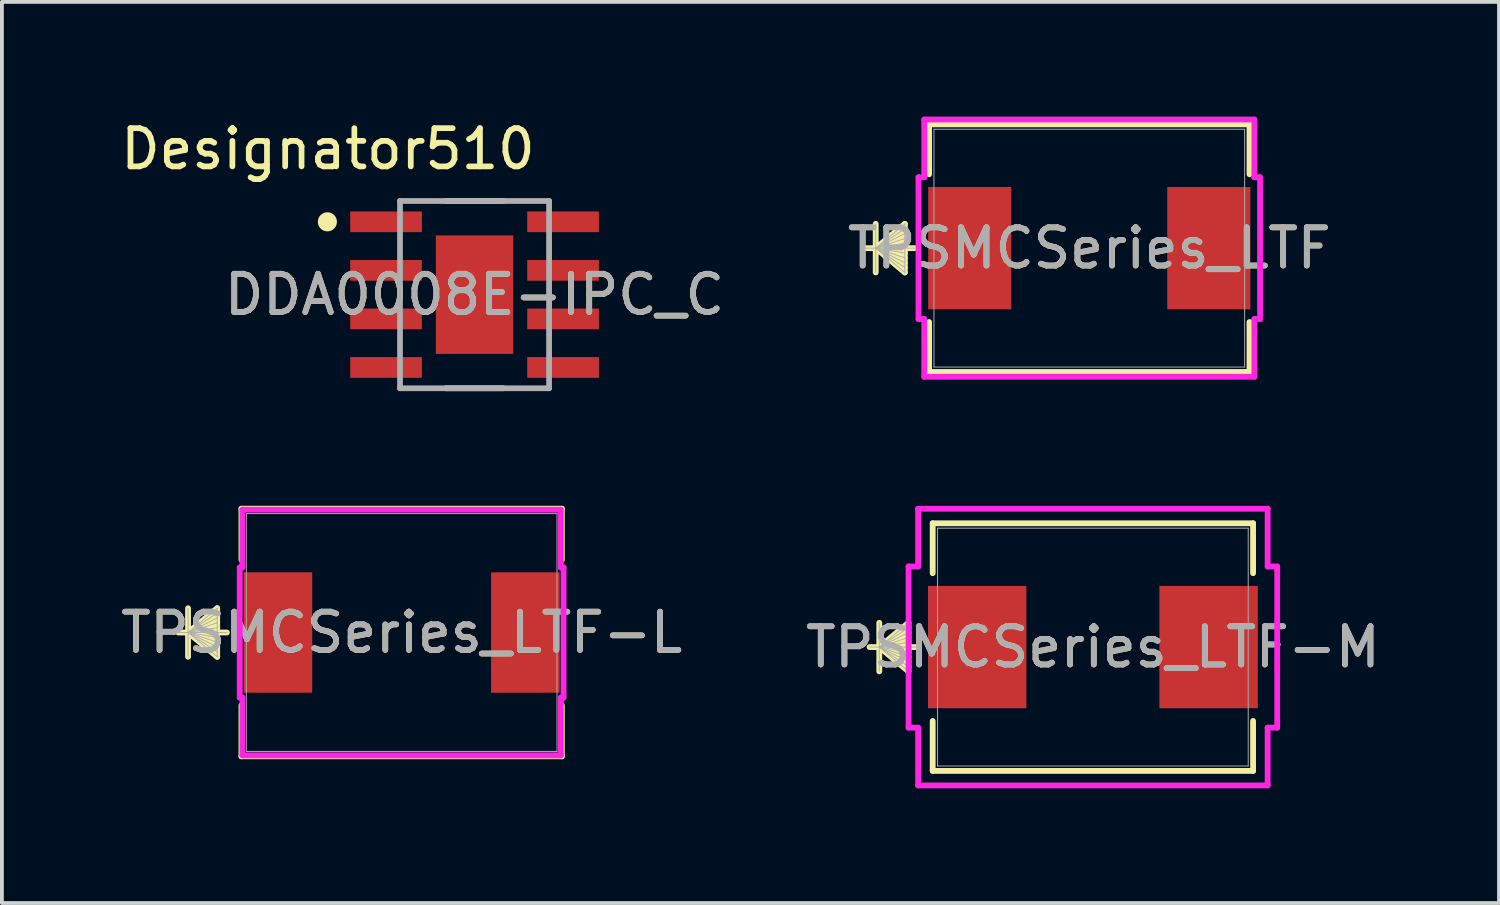
<source format=kicad_pcb>
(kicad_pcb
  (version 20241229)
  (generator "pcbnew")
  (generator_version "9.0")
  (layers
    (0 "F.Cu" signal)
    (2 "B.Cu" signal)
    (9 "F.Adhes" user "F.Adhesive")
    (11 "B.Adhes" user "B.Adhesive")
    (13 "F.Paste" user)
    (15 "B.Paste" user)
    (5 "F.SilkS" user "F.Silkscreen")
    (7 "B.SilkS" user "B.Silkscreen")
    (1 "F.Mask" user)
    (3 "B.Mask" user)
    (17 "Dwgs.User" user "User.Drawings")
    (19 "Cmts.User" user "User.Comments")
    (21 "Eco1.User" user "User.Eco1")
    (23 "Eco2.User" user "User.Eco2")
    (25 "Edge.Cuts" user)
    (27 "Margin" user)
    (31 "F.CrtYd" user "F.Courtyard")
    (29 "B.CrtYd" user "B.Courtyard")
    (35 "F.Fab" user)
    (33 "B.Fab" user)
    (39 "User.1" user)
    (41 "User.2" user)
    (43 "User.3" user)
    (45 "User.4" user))
  (footprint "TPSMCSeries_LTF-M"
    (layer "F.Cu")
    (at 25.542 13.879)
    (property "Reference" "TPSMCSeries_LTF-M" (at 0 0 0) (unlocked yes) (layer "F.SilkS") (effects (font (size 1 1) (thickness 0.15))))
    (attr smd)
    (fp_line (start -5.588 -0.635) (end -5.588 0.635) (stroke (width 0.152) (type solid)) (layer "F.SilkS"))
    (fp_line (start -5.588 0) (end -4.826 -0.635) (stroke (width 0.152) (type solid)) (layer "F.SilkS"))
    (fp_line (start -5.588 0) (end -4.826 -0.508) (stroke (width 0.152) (type solid)) (layer "F.SilkS"))
    (fp_line (start -5.588 0) (end -4.826 -0.381) (stroke (width 0.152) (type solid)) (layer "F.SilkS"))
    (fp_line (start -5.588 0) (end -4.826 -0.254) (stroke (width 0.152) (type solid)) (layer "F.SilkS"))
    (fp_line (start -5.588 0) (end -4.826 -0.127) (stroke (width 0.152) (type solid)) (layer "F.SilkS"))
    (fp_line (start -5.588 0) (end -4.826 0.127) (stroke (width 0.152) (type solid)) (layer "F.SilkS"))
    (fp_line (start -5.588 0) (end -4.826 0.254) (stroke (width 0.152) (type solid)) (layer "F.SilkS"))
    (fp_line (start -5.588 0) (end -4.826 0.381) (stroke (width 0.152) (type solid)) (layer "F.SilkS"))
    (fp_line (start -5.588 0) (end -4.826 0.508) (stroke (width 0.152) (type solid)) (layer "F.SilkS"))
    (fp_line (start -5.588 0) (end -4.826 0.635) (stroke (width 0.152) (type solid)) (layer "F.SilkS"))
    (fp_line (start -4.826 -0.635) (end -4.826 0.635) (stroke (width 0.152) (type solid)) (layer "F.SilkS"))
    (fp_line (start -4.647 0) (end -5.842 0) (stroke (width 0.152) (type solid)) (layer "F.SilkS"))
    (fp_line (start -4.191 -3.239) (end -4.191 -1.933) (stroke (width 0.152) (type solid)) (layer "F.SilkS"))
    (fp_line (start -4.191 1.933) (end -4.191 3.239) (stroke (width 0.152) (type solid)) (layer "F.SilkS"))
    (fp_line (start -4.191 3.239) (end 4.191 3.239) (stroke (width 0.152) (type solid)) (layer "F.SilkS"))
    (fp_line (start 4.191 -3.239) (end -4.191 -3.239) (stroke (width 0.152) (type solid)) (layer "F.SilkS"))
    (fp_line (start 4.191 -1.933) (end 4.191 -3.239) (stroke (width 0.152) (type solid)) (layer "F.SilkS"))
    (fp_line (start 4.191 3.239) (end 4.191 1.933) (stroke (width 0.152) (type solid)) (layer "F.SilkS"))
    (fp_line (start -4.822 -2.108) (end -4.572 -2.108) (stroke (width 0.152) (type solid)) (layer "F.CrtYd"))
    (fp_line (start -4.822 2.108) (end -4.822 -2.108) (stroke (width 0.152) (type solid)) (layer "F.CrtYd"))
    (fp_line (start -4.572 -3.619) (end 4.572 -3.619) (stroke (width 0.152) (type solid)) (layer "F.CrtYd"))
    (fp_line (start -4.572 -2.108) (end -4.572 -3.619) (stroke (width 0.152) (type solid)) (layer "F.CrtYd"))
    (fp_line (start -4.572 2.108) (end -4.822 2.108) (stroke (width 0.152) (type solid)) (layer "F.CrtYd"))
    (fp_line (start -4.572 3.619) (end -4.572 2.108) (stroke (width 0.152) (type solid)) (layer "F.CrtYd"))
    (fp_line (start 4.572 -3.619) (end 4.572 -2.108) (stroke (width 0.152) (type solid)) (layer "F.CrtYd"))
    (fp_line (start 4.572 -2.108) (end 4.822 -2.108) (stroke (width 0.152) (type solid)) (layer "F.CrtYd"))
    (fp_line (start 4.572 2.108) (end 4.572 3.619) (stroke (width 0.152) (type solid)) (layer "F.CrtYd"))
    (fp_line (start 4.572 3.619) (end -4.572 3.619) (stroke (width 0.152) (type solid)) (layer "F.CrtYd"))
    (fp_line (start 4.822 -2.108) (end 4.822 2.108) (stroke (width 0.152) (type solid)) (layer "F.CrtYd"))
    (fp_line (start 4.822 2.108) (end 4.572 2.108) (stroke (width 0.152) (type solid)) (layer "F.CrtYd"))
    (fp_line (start -5.588 -0.635) (end -5.588 0.635) (stroke (width 0.025) (type solid)) (layer "F.Fab"))
    (fp_line (start -5.588 0) (end -4.826 -0.635) (stroke (width 0.025) (type solid)) (layer "F.Fab"))
    (fp_line (start -5.588 0) (end -4.826 -0.508) (stroke (width 0.025) (type solid)) (layer "F.Fab"))
    (fp_line (start -5.588 0) (end -4.826 -0.381) (stroke (width 0.025) (type solid)) (layer "F.Fab"))
    (fp_line (start -5.588 0) (end -4.826 -0.254) (stroke (width 0.025) (type solid)) (layer "F.Fab"))
    (fp_line (start -5.588 0) (end -4.826 -0.127) (stroke (width 0.025) (type solid)) (layer "F.Fab"))
    (fp_line (start -5.588 0) (end -4.826 0.127) (stroke (width 0.025) (type solid)) (layer "F.Fab"))
    (fp_line (start -5.588 0) (end -4.826 0.254) (stroke (width 0.025) (type solid)) (layer "F.Fab"))
    (fp_line (start -5.588 0) (end -4.826 0.381) (stroke (width 0.025) (type solid)) (layer "F.Fab"))
    (fp_line (start -5.588 0) (end -4.826 0.508) (stroke (width 0.025) (type solid)) (layer "F.Fab"))
    (fp_line (start -5.588 0) (end -4.826 0.635) (stroke (width 0.025) (type solid)) (layer "F.Fab"))
    (fp_line (start -4.826 -0.635) (end -4.826 0.635) (stroke (width 0.025) (type solid)) (layer "F.Fab"))
    (fp_line (start -4.572 0) (end -5.842 0) (stroke (width 0.025) (type solid)) (layer "F.Fab"))
    (fp_line (start -4.064 -3.111) (end -4.064 3.111) (stroke (width 0.025) (type solid)) (layer "F.Fab"))
    (fp_line (start -4.064 3.111) (end 4.064 3.111) (stroke (width 0.025) (type solid)) (layer "F.Fab"))
    (fp_line (start 4.064 -3.111) (end -4.064 -3.111) (stroke (width 0.025) (type solid)) (layer "F.Fab"))
    (fp_line (start 4.064 3.111) (end 4.064 -3.111) (stroke (width 0.025) (type solid)) (layer "F.Fab"))
    (fp_text user "${REFERENCE}" (at 0 0 0) (unlocked yes) (layer "F.Fab") (effects (font (size 1 1) (thickness 0.15))))
    (pad "1" smd rect (at -3.027 0 90) (size 3.2 2.574) (layers "F.Cu" "F.Mask" "F.Paste"))
    (pad "2" smd rect (at 3.027 0 90) (size 3.2 2.574) (layers "F.Cu" "F.Mask" "F.Paste"))
    (zone (net_name "") (layer "F.Cu") (hatch full 0.508) (connect_pads) (min_thickness 0.254) (filled_areas_thickness no) (keepout (tracks not_allowed) (vias not_allowed) (pads allowed) (copperpour not_allowed) (footprints allowed)) (placement (enabled no)) (fill) (polygon (pts (xy 21.528 10.818) (xy 29.555 10.818) (xy 29.555 12.228) (xy 21.528 12.228))))
    (zone (net_name "") (layer "F.Cu") (hatch full 0.508) (connect_pads) (min_thickness 0.254) (filled_areas_thickness no) (keepout (tracks not_allowed) (vias not_allowed) (pads allowed) (copperpour not_allowed) (footprints allowed)) (placement (enabled no)) (fill) (polygon (pts (xy 21.528 15.53) (xy 29.555 15.53) (xy 29.555 16.94) (xy 21.528 16.94))))
    (zone (net_name "") (layer "F.Cu") (hatch full 0.508) (connect_pads) (min_thickness 0.254) (filled_areas_thickness no) (keepout (tracks not_allowed) (vias not_allowed) (pads allowed) (copperpour not_allowed) (footprints allowed)) (placement (enabled no)) (fill) (polygon (pts (xy 23.852 12.228) (xy 27.231 12.228) (xy 27.231 15.53) (xy 23.852 15.53)))))
  (footprint "DDA0008E-IPC_C"
    (layer "F.Cu")
    (at 9.365 4.658)
    (property "Reference" "DDA0008E-IPC_C" (at 0 0 0) (unlocked yes) (layer "F.SilkS") (effects (font (size 1 1) (thickness 0.15))))
    (attr smd)
    (fp_line (start -0.75 -2.45) (end 0.75 -2.45) (stroke (width 0.15) (type solid)) (layer "F.SilkS"))
    (fp_line (start -0.75 2.45) (end 0.75 2.45) (stroke (width 0.15) (type solid)) (layer "F.SilkS"))
    (fp_circle (center -3.85 -1.905) (end -3.725 -1.905) (stroke (width 0.25) (type solid)) (fill no) (layer "F.SilkS"))
    (fp_poly (pts (xy -0.568 1.105) (xy 0.568 1.105) (xy 0.568 -1.105) (xy -0.568 -1.105)) (stroke (width 0) (type solid)) (fill yes) (layer "F.Paste"))
    (fp_line (start -1.95 -2.45) (end 1.95 -2.45) (stroke (width 0.15) (type solid)) (layer "F.Fab"))
    (fp_line (start -1.95 2.45) (end -1.95 -2.45) (stroke (width 0.15) (type solid)) (layer "F.Fab"))
    (fp_line (start -1.95 2.45) (end 1.95 2.45) (stroke (width 0.15) (type solid)) (layer "F.Fab"))
    (fp_line (start 1.95 2.45) (end 1.95 -2.45) (stroke (width 0.15) (type solid)) (layer "F.Fab"))
    (fp_text user "Designator510" (at -3.835 -3.81 0) (unlocked yes) (layer "F.SilkS") (effects (font (size 1 1) (thickness 0.15))))
    (fp_text user "${REFERENCE}" (at 0 0 0) (unlocked yes) (layer "F.Fab") (effects (font (size 1 1) (thickness 0.15))))
    (pad "1" smd rect (at -2.316 -1.905) (size 1.874 0.542) (layers "F.Cu" "F.Mask" "F.Paste"))
    (pad "2" smd rect (at -2.316 -0.635) (size 1.874 0.542) (layers "F.Cu" "F.Mask" "F.Paste"))
    (pad "3" smd rect (at -2.316 0.635) (size 1.874 0.542) (layers "F.Cu" "F.Mask" "F.Paste"))
    (pad "4" smd rect (at -2.316 1.905) (size 1.874 0.542) (layers "F.Cu" "F.Mask" "F.Paste"))
    (pad "5" smd rect (at 2.316 1.905) (size 1.874 0.542) (layers "F.Cu" "F.Mask" "F.Paste"))
    (pad "6" smd rect (at 2.316 0.635) (size 1.874 0.542) (layers "F.Cu" "F.Mask" "F.Paste"))
    (pad "7" smd rect (at 2.316 -0.635) (size 1.874 0.542) (layers "F.Cu" "F.Mask" "F.Paste"))
    (pad "8" smd rect (at 2.316 -1.905) (size 1.874 0.542) (layers "F.Cu" "F.Mask" "F.Paste"))
    (pad "9" smd rect (at 0 0) (size 2.025 3.1) (layers "F.Cu" "F.Mask")))
  (footprint "TPSMCSeries_LTF-L"
    (layer "F.Cu")
    (at 7.458 13.498)
    (property "Reference" "TPSMCSeries_LTF-L" (at 0 0 0) (unlocked yes) (layer "F.SilkS") (effects (font (size 1 1) (thickness 0.15))))
    (attr smd)
    (fp_line (start -5.588 -0.635) (end -5.588 0.635) (stroke (width 0.152) (type solid)) (layer "F.SilkS"))
    (fp_line (start -5.588 0) (end -4.826 -0.635) (stroke (width 0.152) (type solid)) (layer "F.SilkS"))
    (fp_line (start -5.588 0) (end -4.826 -0.508) (stroke (width 0.152) (type solid)) (layer "F.SilkS"))
    (fp_line (start -5.588 0) (end -4.826 -0.381) (stroke (width 0.152) (type solid)) (layer "F.SilkS"))
    (fp_line (start -5.588 0) (end -4.826 -0.254) (stroke (width 0.152) (type solid)) (layer "F.SilkS"))
    (fp_line (start -5.588 0) (end -4.826 -0.127) (stroke (width 0.152) (type solid)) (layer "F.SilkS"))
    (fp_line (start -5.588 0) (end -4.826 0.127) (stroke (width 0.152) (type solid)) (layer "F.SilkS"))
    (fp_line (start -5.588 0) (end -4.826 0.254) (stroke (width 0.152) (type solid)) (layer "F.SilkS"))
    (fp_line (start -5.588 0) (end -4.826 0.381) (stroke (width 0.152) (type solid)) (layer "F.SilkS"))
    (fp_line (start -5.588 0) (end -4.826 0.508) (stroke (width 0.152) (type solid)) (layer "F.SilkS"))
    (fp_line (start -5.588 0) (end -4.826 0.635) (stroke (width 0.152) (type solid)) (layer "F.SilkS"))
    (fp_line (start -4.826 -0.635) (end -4.826 0.635) (stroke (width 0.152) (type solid)) (layer "F.SilkS"))
    (fp_line (start -4.572 0) (end -5.842 0) (stroke (width 0.152) (type solid)) (layer "F.SilkS"))
    (fp_line (start -4.191 -3.239) (end -4.191 -1.903) (stroke (width 0.152) (type solid)) (layer "F.SilkS"))
    (fp_line (start -4.191 1.903) (end -4.191 3.239) (stroke (width 0.152) (type solid)) (layer "F.SilkS"))
    (fp_line (start -4.191 3.239) (end 4.191 3.239) (stroke (width 0.152) (type solid)) (layer "F.SilkS"))
    (fp_line (start 4.191 -3.239) (end -4.191 -3.239) (stroke (width 0.152) (type solid)) (layer "F.SilkS"))
    (fp_line (start 4.191 -1.903) (end 4.191 -3.239) (stroke (width 0.152) (type solid)) (layer "F.SilkS"))
    (fp_line (start 4.191 3.239) (end 4.191 1.903) (stroke (width 0.152) (type solid)) (layer "F.SilkS"))
    (fp_line (start -4.236 -1.702) (end -4.166 -1.702) (stroke (width 0.152) (type solid)) (layer "F.CrtYd"))
    (fp_line (start -4.236 1.702) (end -4.236 -1.702) (stroke (width 0.152) (type solid)) (layer "F.CrtYd"))
    (fp_line (start -4.166 -3.213) (end 4.166 -3.213) (stroke (width 0.152) (type solid)) (layer "F.CrtYd"))
    (fp_line (start -4.166 -1.702) (end -4.166 -3.213) (stroke (width 0.152) (type solid)) (layer "F.CrtYd"))
    (fp_line (start -4.166 1.702) (end -4.236 1.702) (stroke (width 0.152) (type solid)) (layer "F.CrtYd"))
    (fp_line (start -4.166 3.213) (end -4.166 1.702) (stroke (width 0.152) (type solid)) (layer "F.CrtYd"))
    (fp_line (start 4.166 -3.213) (end 4.166 -1.702) (stroke (width 0.152) (type solid)) (layer "F.CrtYd"))
    (fp_line (start 4.166 -1.702) (end 4.236 -1.702) (stroke (width 0.152) (type solid)) (layer "F.CrtYd"))
    (fp_line (start 4.166 1.702) (end 4.166 3.213) (stroke (width 0.152) (type solid)) (layer "F.CrtYd"))
    (fp_line (start 4.166 3.213) (end -4.166 3.213) (stroke (width 0.152) (type solid)) (layer "F.CrtYd"))
    (fp_line (start 4.236 -1.702) (end 4.236 1.702) (stroke (width 0.152) (type solid)) (layer "F.CrtYd"))
    (fp_line (start 4.236 1.702) (end 4.166 1.702) (stroke (width 0.152) (type solid)) (layer "F.CrtYd"))
    (fp_line (start -5.588 -0.635) (end -5.588 0.635) (stroke (width 0.025) (type solid)) (layer "F.Fab"))
    (fp_line (start -5.588 0) (end -4.826 -0.635) (stroke (width 0.025) (type solid)) (layer "F.Fab"))
    (fp_line (start -5.588 0) (end -4.826 -0.508) (stroke (width 0.025) (type solid)) (layer "F.Fab"))
    (fp_line (start -5.588 0) (end -4.826 -0.381) (stroke (width 0.025) (type solid)) (layer "F.Fab"))
    (fp_line (start -5.588 0) (end -4.826 -0.254) (stroke (width 0.025) (type solid)) (layer "F.Fab"))
    (fp_line (start -5.588 0) (end -4.826 -0.127) (stroke (width 0.025) (type solid)) (layer "F.Fab"))
    (fp_line (start -5.588 0) (end -4.826 0.127) (stroke (width 0.025) (type solid)) (layer "F.Fab"))
    (fp_line (start -5.588 0) (end -4.826 0.254) (stroke (width 0.025) (type solid)) (layer "F.Fab"))
    (fp_line (start -5.588 0) (end -4.826 0.381) (stroke (width 0.025) (type solid)) (layer "F.Fab"))
    (fp_line (start -5.588 0) (end -4.826 0.508) (stroke (width 0.025) (type solid)) (layer "F.Fab"))
    (fp_line (start -5.588 0) (end -4.826 0.635) (stroke (width 0.025) (type solid)) (layer "F.Fab"))
    (fp_line (start -4.826 -0.635) (end -4.826 0.635) (stroke (width 0.025) (type solid)) (layer "F.Fab"))
    (fp_line (start -4.572 0) (end -5.842 0) (stroke (width 0.025) (type solid)) (layer "F.Fab"))
    (fp_line (start -4.064 -3.111) (end -4.064 3.111) (stroke (width 0.025) (type solid)) (layer "F.Fab"))
    (fp_line (start -4.064 3.111) (end 4.064 3.111) (stroke (width 0.025) (type solid)) (layer "F.Fab"))
    (fp_line (start 4.064 -3.111) (end -4.064 -3.111) (stroke (width 0.025) (type solid)) (layer "F.Fab"))
    (fp_line (start 4.064 3.111) (end 4.064 -3.111) (stroke (width 0.025) (type solid)) (layer "F.Fab"))
    (fp_text user "${REFERENCE}" (at 0 0 0) (unlocked yes) (layer "F.Fab") (effects (font (size 1 1) (thickness 0.15))))
    (pad "1" smd rect (at -3.237 0 90) (size 3.15 1.794) (layers "F.Cu" "F.Mask" "F.Paste"))
    (pad "2" smd rect (at 3.237 0 90) (size 3.15 1.794) (layers "F.Cu" "F.Mask" "F.Paste"))
    (zone (net_name "") (layer "F.Cu") (hatch full 0.508) (connect_pads) (min_thickness 0.254) (filled_areas_thickness no) (keepout (tracks not_allowed) (vias not_allowed) (pads allowed) (copperpour not_allowed) (footprints allowed)) (placement (enabled no)) (fill) (polygon (pts (xy 3.445 10.437) (xy 11.472 10.437) (xy 11.472 11.847) (xy 3.445 11.847))))
    (zone (net_name "") (layer "F.Cu") (hatch full 0.508) (connect_pads) (min_thickness 0.254) (filled_areas_thickness no) (keepout (tracks not_allowed) (vias not_allowed) (pads allowed) (copperpour not_allowed) (footprints allowed)) (placement (enabled no)) (fill) (polygon (pts (xy 3.445 15.149) (xy 11.472 15.149) (xy 11.472 16.559) (xy 3.445 16.559))))
    (zone (net_name "") (layer "F.Cu") (hatch full 0.508) (connect_pads) (min_thickness 0.254) (filled_areas_thickness no) (keepout (tracks not_allowed) (vias not_allowed) (pads allowed) (copperpour not_allowed) (footprints allowed)) (placement (enabled no)) (fill) (polygon (pts (xy 5.169 11.847) (xy 9.748 11.847) (xy 9.748 15.149) (xy 5.169 15.149)))))
  (footprint "TPSMCSeries_LTF"
    (layer "F.Cu")
    (at 25.448 3.442)
    (property "Reference" "TPSMCSeries_LTF" (at 0 0 0) (unlocked yes) (layer "F.SilkS") (effects (font (size 1 1) (thickness 0.15))))
    (attr smd)
    (fp_line (start -5.588 -0.635) (end -5.588 0.635) (stroke (width 0.152) (type solid)) (layer "F.SilkS"))
    (fp_line (start -5.588 0) (end -4.826 -0.635) (stroke (width 0.152) (type solid)) (layer "F.SilkS"))
    (fp_line (start -5.588 0) (end -4.826 -0.508) (stroke (width 0.152) (type solid)) (layer "F.SilkS"))
    (fp_line (start -5.588 0) (end -4.826 -0.381) (stroke (width 0.152) (type solid)) (layer "F.SilkS"))
    (fp_line (start -5.588 0) (end -4.826 -0.254) (stroke (width 0.152) (type solid)) (layer "F.SilkS"))
    (fp_line (start -5.588 0) (end -4.826 -0.127) (stroke (width 0.152) (type solid)) (layer "F.SilkS"))
    (fp_line (start -5.588 0) (end -4.826 0.127) (stroke (width 0.152) (type solid)) (layer "F.SilkS"))
    (fp_line (start -5.588 0) (end -4.826 0.254) (stroke (width 0.152) (type solid)) (layer "F.SilkS"))
    (fp_line (start -5.588 0) (end -4.826 0.381) (stroke (width 0.152) (type solid)) (layer "F.SilkS"))
    (fp_line (start -5.588 0) (end -4.826 0.508) (stroke (width 0.152) (type solid)) (layer "F.SilkS"))
    (fp_line (start -5.588 0) (end -4.826 0.635) (stroke (width 0.152) (type solid)) (layer "F.SilkS"))
    (fp_line (start -4.826 -0.635) (end -4.826 0.635) (stroke (width 0.152) (type solid)) (layer "F.SilkS"))
    (fp_line (start -4.572 0) (end -5.842 0) (stroke (width 0.152) (type solid)) (layer "F.SilkS"))
    (fp_line (start -4.191 -3.239) (end -4.191 -1.933) (stroke (width 0.152) (type solid)) (layer "F.SilkS"))
    (fp_line (start -4.191 1.933) (end -4.191 3.239) (stroke (width 0.152) (type solid)) (layer "F.SilkS"))
    (fp_line (start -4.191 3.239) (end 4.191 3.239) (stroke (width 0.152) (type solid)) (layer "F.SilkS"))
    (fp_line (start 4.191 -3.239) (end -4.191 -3.239) (stroke (width 0.152) (type solid)) (layer "F.SilkS"))
    (fp_line (start 4.191 -1.933) (end 4.191 -3.239) (stroke (width 0.152) (type solid)) (layer "F.SilkS"))
    (fp_line (start 4.191 3.239) (end 4.191 1.933) (stroke (width 0.152) (type solid)) (layer "F.SilkS"))
    (fp_line (start -4.468 -1.854) (end -4.318 -1.854) (stroke (width 0.152) (type solid)) (layer "F.CrtYd"))
    (fp_line (start -4.468 1.854) (end -4.468 -1.854) (stroke (width 0.152) (type solid)) (layer "F.CrtYd"))
    (fp_line (start -4.318 -3.365) (end 4.318 -3.365) (stroke (width 0.152) (type solid)) (layer "F.CrtYd"))
    (fp_line (start -4.318 -1.854) (end -4.318 -3.365) (stroke (width 0.152) (type solid)) (layer "F.CrtYd"))
    (fp_line (start -4.318 1.854) (end -4.468 1.854) (stroke (width 0.152) (type solid)) (layer "F.CrtYd"))
    (fp_line (start -4.318 3.365) (end -4.318 1.854) (stroke (width 0.152) (type solid)) (layer "F.CrtYd"))
    (fp_line (start 4.318 -3.365) (end 4.318 -1.854) (stroke (width 0.152) (type solid)) (layer "F.CrtYd"))
    (fp_line (start 4.318 -1.854) (end 4.468 -1.854) (stroke (width 0.152) (type solid)) (layer "F.CrtYd"))
    (fp_line (start 4.318 1.854) (end 4.318 3.365) (stroke (width 0.152) (type solid)) (layer "F.CrtYd"))
    (fp_line (start 4.318 3.365) (end -4.318 3.365) (stroke (width 0.152) (type solid)) (layer "F.CrtYd"))
    (fp_line (start 4.468 -1.854) (end 4.468 1.854) (stroke (width 0.152) (type solid)) (layer "F.CrtYd"))
    (fp_line (start 4.468 1.854) (end 4.318 1.854) (stroke (width 0.152) (type solid)) (layer "F.CrtYd"))
    (fp_line (start -5.588 -0.635) (end -5.588 0.635) (stroke (width 0.025) (type solid)) (layer "F.Fab"))
    (fp_line (start -5.588 0) (end -4.826 -0.635) (stroke (width 0.025) (type solid)) (layer "F.Fab"))
    (fp_line (start -5.588 0) (end -4.826 -0.508) (stroke (width 0.025) (type solid)) (layer "F.Fab"))
    (fp_line (start -5.588 0) (end -4.826 -0.381) (stroke (width 0.025) (type solid)) (layer "F.Fab"))
    (fp_line (start -5.588 0) (end -4.826 -0.254) (stroke (width 0.025) (type solid)) (layer "F.Fab"))
    (fp_line (start -5.588 0) (end -4.826 -0.127) (stroke (width 0.025) (type solid)) (layer "F.Fab"))
    (fp_line (start -5.588 0) (end -4.826 0.127) (stroke (width 0.025) (type solid)) (layer "F.Fab"))
    (fp_line (start -5.588 0) (end -4.826 0.254) (stroke (width 0.025) (type solid)) (layer "F.Fab"))
    (fp_line (start -5.588 0) (end -4.826 0.381) (stroke (width 0.025) (type solid)) (layer "F.Fab"))
    (fp_line (start -5.588 0) (end -4.826 0.508) (stroke (width 0.025) (type solid)) (layer "F.Fab"))
    (fp_line (start -5.588 0) (end -4.826 0.635) (stroke (width 0.025) (type solid)) (layer "F.Fab"))
    (fp_line (start -4.826 -0.635) (end -4.826 0.635) (stroke (width 0.025) (type solid)) (layer "F.Fab"))
    (fp_line (start -4.572 0) (end -5.842 0) (stroke (width 0.025) (type solid)) (layer "F.Fab"))
    (fp_line (start -4.064 -3.111) (end -4.064 3.111) (stroke (width 0.025) (type solid)) (layer "F.Fab"))
    (fp_line (start -4.064 3.111) (end 4.064 3.111) (stroke (width 0.025) (type solid)) (layer "F.Fab"))
    (fp_line (start 4.064 -3.111) (end -4.064 -3.111) (stroke (width 0.025) (type solid)) (layer "F.Fab"))
    (fp_line (start 4.064 3.111) (end 4.064 -3.111) (stroke (width 0.025) (type solid)) (layer "F.Fab"))
    (fp_text user "${REFERENCE}" (at 0 0 0) (unlocked yes) (layer "F.Fab") (effects (font (size 1 1) (thickness 0.15))))
    (pad "1" smd rect (at -3.127 0 90) (size 3.2 2.174) (layers "F.Cu" "F.Mask" "F.Paste"))
    (pad "2" smd rect (at 3.127 0 90) (size 3.2 2.174) (layers "F.Cu" "F.Mask" "F.Paste"))
    (zone (net_name "") (layer "F.Cu") (hatch full 0.508) (connect_pads) (min_thickness 0.254) (filled_areas_thickness no) (keepout (tracks not_allowed) (vias not_allowed) (pads allowed) (copperpour not_allowed) (footprints allowed)) (placement (enabled no)) (fill) (polygon (pts (xy 21.435 0.381) (xy 29.462 0.381) (xy 29.462 1.791) (xy 21.435 1.791))))
    (zone (net_name "") (layer "F.Cu") (hatch full 0.508) (connect_pads) (min_thickness 0.254) (filled_areas_thickness no) (keepout (tracks not_allowed) (vias not_allowed) (pads allowed) (copperpour not_allowed) (footprints allowed)) (placement (enabled no)) (fill) (polygon (pts (xy 21.435 5.093) (xy 29.462 5.093) (xy 29.462 6.502) (xy 21.435 6.502))))
    (zone (net_name "") (layer "F.Cu") (hatch full 0.508) (connect_pads) (min_thickness 0.254) (filled_areas_thickness no) (keepout (tracks not_allowed) (vias not_allowed) (pads allowed) (copperpour not_allowed) (footprints allowed)) (placement (enabled no)) (fill) (polygon (pts (xy 23.459 1.791) (xy 27.438 1.791) (xy 27.438 5.093) (xy 23.459 5.093)))))
  (gr_rect
    (start -3 -3)
    (end 36.167 20.575)
    (stroke (width 0.1) (type default))
    (fill no)
    (layer "Edge.Cuts")))
</source>
